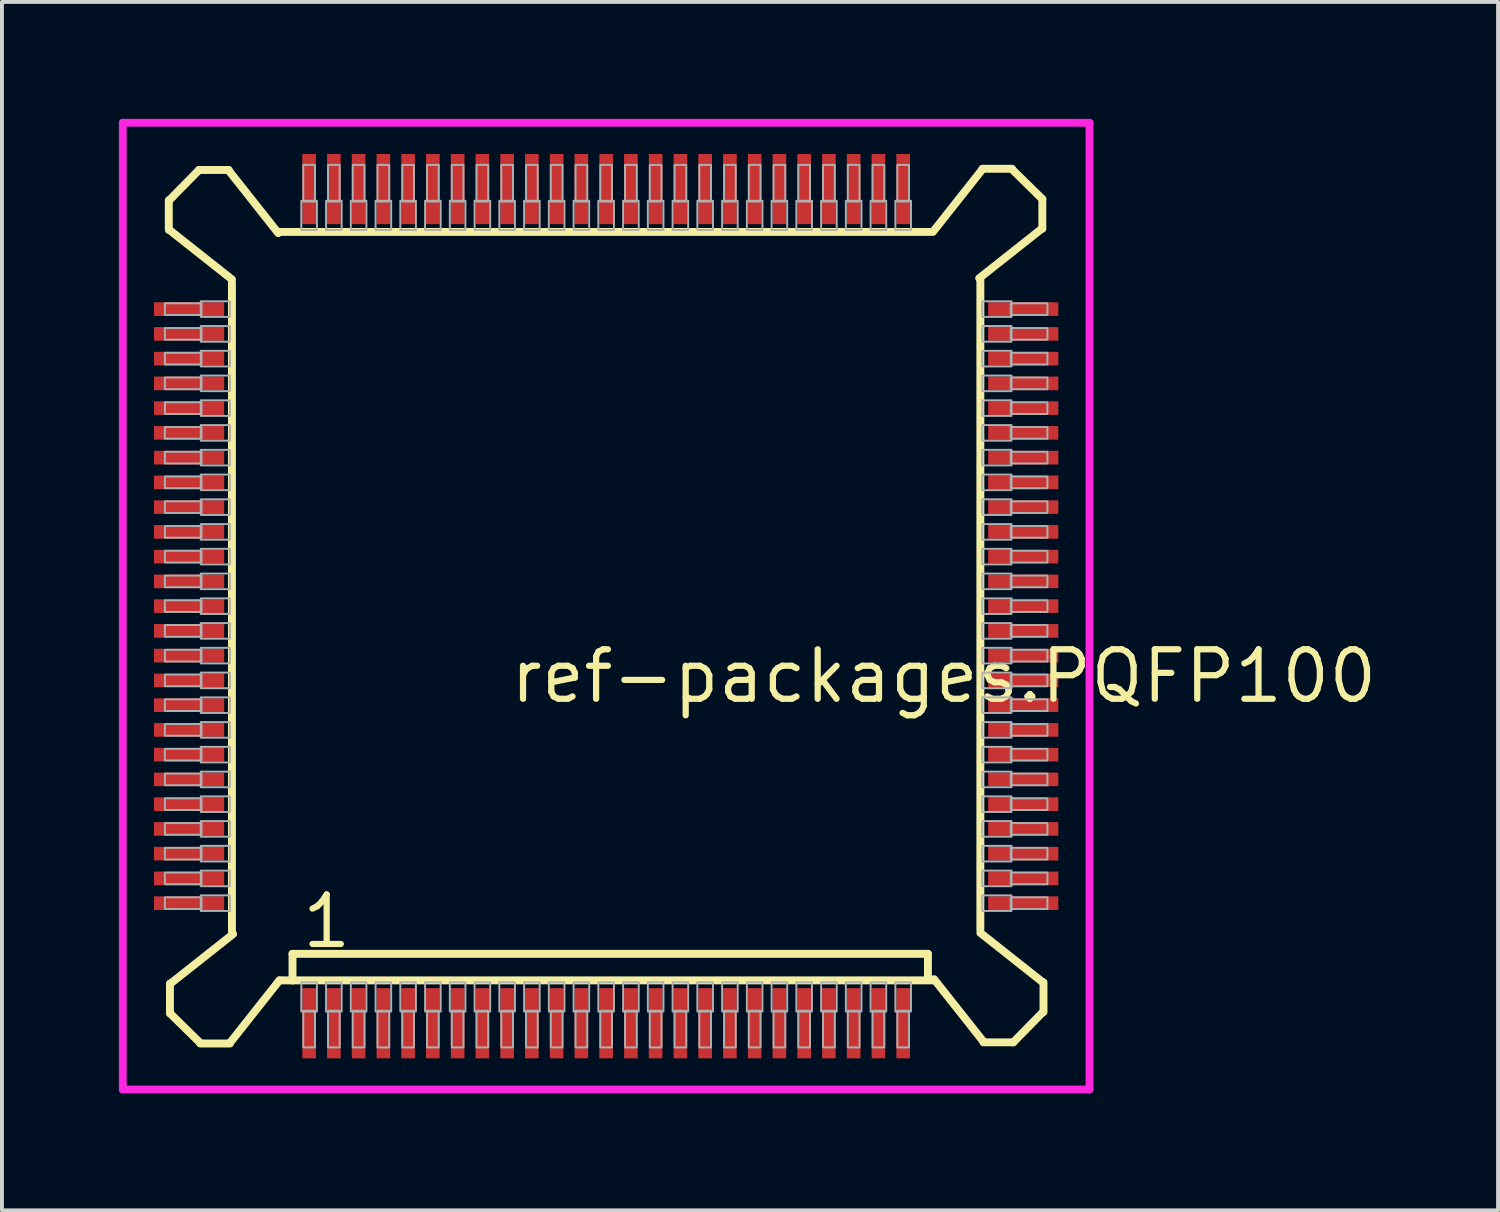
<source format=kicad_pcb>
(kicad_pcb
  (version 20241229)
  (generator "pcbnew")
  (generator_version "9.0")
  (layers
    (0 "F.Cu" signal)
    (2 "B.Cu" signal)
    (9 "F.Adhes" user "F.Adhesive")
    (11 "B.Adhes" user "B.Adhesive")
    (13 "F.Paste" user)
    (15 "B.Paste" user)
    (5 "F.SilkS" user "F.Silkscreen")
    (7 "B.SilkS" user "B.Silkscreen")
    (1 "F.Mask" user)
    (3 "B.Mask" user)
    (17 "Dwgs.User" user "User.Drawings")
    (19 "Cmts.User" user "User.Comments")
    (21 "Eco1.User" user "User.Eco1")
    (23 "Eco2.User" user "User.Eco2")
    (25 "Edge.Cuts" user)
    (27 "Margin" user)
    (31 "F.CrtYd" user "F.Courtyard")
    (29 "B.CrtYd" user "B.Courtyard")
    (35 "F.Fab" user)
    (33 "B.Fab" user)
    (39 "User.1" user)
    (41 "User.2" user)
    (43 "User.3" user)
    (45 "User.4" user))
  (footprint "ref-packages.PQFP100"
    (layer "F.Cu")
    (at 12.5 12.5)
    (property "Reference" "ref-packages.PQFP100" (at -2.54 2.54 0) (layer "F.SilkS") (effects (font (size 1.27 1.27) (thickness 0.16)) (justify left bottom)))
    (attr smd)
    (fp_line (start -11.22 -10.414) (end -11.22 -9.652) (stroke (width 0.203) (type default)) (layer "F.SilkS"))
    (fp_line (start -11.206 -9.652) (end -9.6 -8.382) (stroke (width 0.203) (type default)) (layer "F.SilkS"))
    (fp_line (start -11.19 9.682) (end -11.19 10.444) (stroke (width 0.203) (type default)) (layer "F.SilkS"))
    (fp_line (start -11.19 10.444) (end -10.414 11.206) (stroke (width 0.203) (type default)) (layer "F.SilkS"))
    (fp_line (start -10.444 -11.19) (end -11.206 -10.414) (stroke (width 0.203) (type default)) (layer "F.SilkS"))
    (fp_line (start -10.414 11.22) (end -9.652 11.22) (stroke (width 0.203) (type default)) (layer "F.SilkS"))
    (fp_line (start -9.682 -11.19) (end -10.444 -11.19) (stroke (width 0.203) (type default)) (layer "F.SilkS"))
    (fp_line (start -9.652 11.206) (end -8.382 9.6) (stroke (width 0.203) (type default)) (layer "F.SilkS"))
    (fp_line (start -9.6 -8.3) (end -9.6 8.382) (stroke (width 0.203) (type default)) (layer "F.SilkS"))
    (fp_line (start -9.57 8.412) (end -11.176 9.682) (stroke (width 0.203) (type default)) (layer "F.SilkS"))
    (fp_line (start -8.412 -9.57) (end -9.682 -11.176) (stroke (width 0.203) (type default)) (layer "F.SilkS"))
    (fp_line (start -8.382 9.6) (end -8.046 9.6) (stroke (width 0.203) (type default)) (layer "F.SilkS"))
    (fp_line (start -8.046 8.92) (end 8.255 8.92) (stroke (width 0.203) (type default)) (layer "F.SilkS"))
    (fp_line (start -8.046 9.6) (end -8.046 8.92) (stroke (width 0.203) (type default)) (layer "F.SilkS"))
    (fp_line (start -8.046 9.6) (end 8.382 9.6) (stroke (width 0.203) (type default)) (layer "F.SilkS"))
    (fp_line (start 8.255 8.92) (end 8.255 9.555) (stroke (width 0.203) (type default)) (layer "F.SilkS"))
    (fp_line (start 8.3 -9.6) (end -8.382 -9.6) (stroke (width 0.203) (type default)) (layer "F.SilkS"))
    (fp_line (start 8.412 9.57) (end 9.682 11.176) (stroke (width 0.203) (type default)) (layer "F.SilkS"))
    (fp_line (start 9.57 -8.412) (end 11.176 -9.682) (stroke (width 0.203) (type default)) (layer "F.SilkS"))
    (fp_line (start 9.6 8.3) (end 9.6 -8.382) (stroke (width 0.203) (type default)) (layer "F.SilkS"))
    (fp_line (start 9.652 -11.206) (end 8.382 -9.6) (stroke (width 0.203) (type default)) (layer "F.SilkS"))
    (fp_line (start 9.682 11.19) (end 10.444 11.19) (stroke (width 0.203) (type default)) (layer "F.SilkS"))
    (fp_line (start 10.414 -11.22) (end 9.652 -11.22) (stroke (width 0.203) (type default)) (layer "F.SilkS"))
    (fp_line (start 10.444 11.19) (end 11.206 10.414) (stroke (width 0.203) (type default)) (layer "F.SilkS"))
    (fp_line (start 11.19 -10.444) (end 10.414 -11.206) (stroke (width 0.203) (type default)) (layer "F.SilkS"))
    (fp_line (start 11.19 -9.682) (end 11.19 -10.444) (stroke (width 0.203) (type default)) (layer "F.SilkS"))
    (fp_line (start 11.206 9.652) (end 9.6 8.382) (stroke (width 0.203) (type default)) (layer "F.SilkS"))
    (fp_line (start 11.22 10.414) (end 11.22 9.652) (stroke (width 0.203) (type default)) (layer "F.SilkS"))
    (fp_line (start -12.4 -12.4) (end 12.4 -12.4) (stroke (width 0.2) (type default)) (layer "F.CrtYd"))
    (fp_line (start -12.4 12.4) (end -12.4 -12.4) (stroke (width 0.2) (type default)) (layer "F.CrtYd"))
    (fp_line (start 12.4 -12.4) (end 12.4 12.4) (stroke (width 0.2) (type default)) (layer "F.CrtYd"))
    (fp_line (start 12.4 12.4) (end -12.4 12.4) (stroke (width 0.2) (type default)) (layer "F.CrtYd"))
    (fp_rect (start -11.32 -7.47) (end -10.38 -7.77) (stroke (width 0.05) (type default)) (fill no) (layer "F.Fab"))
    (fp_rect (start -11.32 -6.835) (end -10.38 -7.135) (stroke (width 0.05) (type default)) (fill no) (layer "F.Fab"))
    (fp_rect (start -11.32 -6.2) (end -10.38 -6.5) (stroke (width 0.05) (type default)) (fill no) (layer "F.Fab"))
    (fp_rect (start -11.32 -5.565) (end -10.38 -5.865) (stroke (width 0.05) (type default)) (fill no) (layer "F.Fab"))
    (fp_rect (start -11.32 -4.93) (end -10.38 -5.23) (stroke (width 0.05) (type default)) (fill no) (layer "F.Fab"))
    (fp_rect (start -11.32 -4.295) (end -10.38 -4.595) (stroke (width 0.05) (type default)) (fill no) (layer "F.Fab"))
    (fp_rect (start -11.32 -3.66) (end -10.38 -3.96) (stroke (width 0.05) (type default)) (fill no) (layer "F.Fab"))
    (fp_rect (start -11.32 -3.025) (end -10.38 -3.325) (stroke (width 0.05) (type default)) (fill no) (layer "F.Fab"))
    (fp_rect (start -11.32 -2.39) (end -10.38 -2.69) (stroke (width 0.05) (type default)) (fill no) (layer "F.Fab"))
    (fp_rect (start -11.32 -1.755) (end -10.38 -2.055) (stroke (width 0.05) (type default)) (fill no) (layer "F.Fab"))
    (fp_rect (start -11.32 -1.12) (end -10.38 -1.42) (stroke (width 0.05) (type default)) (fill no) (layer "F.Fab"))
    (fp_rect (start -11.32 -0.485) (end -10.38 -0.785) (stroke (width 0.05) (type default)) (fill no) (layer "F.Fab"))
    (fp_rect (start -11.32 0.15) (end -10.38 -0.15) (stroke (width 0.05) (type default)) (fill no) (layer "F.Fab"))
    (fp_rect (start -11.32 0.785) (end -10.38 0.485) (stroke (width 0.05) (type default)) (fill no) (layer "F.Fab"))
    (fp_rect (start -11.32 1.42) (end -10.38 1.12) (stroke (width 0.05) (type default)) (fill no) (layer "F.Fab"))
    (fp_rect (start -11.32 2.055) (end -10.38 1.755) (stroke (width 0.05) (type default)) (fill no) (layer "F.Fab"))
    (fp_rect (start -11.32 2.69) (end -10.38 2.39) (stroke (width 0.05) (type default)) (fill no) (layer "F.Fab"))
    (fp_rect (start -11.32 3.325) (end -10.38 3.025) (stroke (width 0.05) (type default)) (fill no) (layer "F.Fab"))
    (fp_rect (start -11.32 3.96) (end -10.38 3.66) (stroke (width 0.05) (type default)) (fill no) (layer "F.Fab"))
    (fp_rect (start -11.32 4.595) (end -10.38 4.295) (stroke (width 0.05) (type default)) (fill no) (layer "F.Fab"))
    (fp_rect (start -11.32 5.23) (end -10.38 4.93) (stroke (width 0.05) (type default)) (fill no) (layer "F.Fab"))
    (fp_rect (start -11.32 5.865) (end -10.38 5.565) (stroke (width 0.05) (type default)) (fill no) (layer "F.Fab"))
    (fp_rect (start -11.32 6.5) (end -10.38 6.2) (stroke (width 0.05) (type default)) (fill no) (layer "F.Fab"))
    (fp_rect (start -11.32 7.135) (end -10.38 6.835) (stroke (width 0.05) (type default)) (fill no) (layer "F.Fab"))
    (fp_rect (start -11.32 7.77) (end -10.38 7.47) (stroke (width 0.05) (type default)) (fill no) (layer "F.Fab"))
    (fp_rect (start -10.4 -7.42) (end -9.65 -7.82) (stroke (width 0.05) (type default)) (fill no) (layer "F.Fab"))
    (fp_rect (start -10.4 -6.785) (end -9.65 -7.185) (stroke (width 0.05) (type default)) (fill no) (layer "F.Fab"))
    (fp_rect (start -10.4 -6.15) (end -9.65 -6.55) (stroke (width 0.05) (type default)) (fill no) (layer "F.Fab"))
    (fp_rect (start -10.4 -5.515) (end -9.65 -5.915) (stroke (width 0.05) (type default)) (fill no) (layer "F.Fab"))
    (fp_rect (start -10.4 -4.88) (end -9.65 -5.28) (stroke (width 0.05) (type default)) (fill no) (layer "F.Fab"))
    (fp_rect (start -10.4 -4.245) (end -9.65 -4.645) (stroke (width 0.05) (type default)) (fill no) (layer "F.Fab"))
    (fp_rect (start -10.4 -3.61) (end -9.65 -4.01) (stroke (width 0.05) (type default)) (fill no) (layer "F.Fab"))
    (fp_rect (start -10.4 -2.975) (end -9.65 -3.375) (stroke (width 0.05) (type default)) (fill no) (layer "F.Fab"))
    (fp_rect (start -10.4 -2.34) (end -9.65 -2.74) (stroke (width 0.05) (type default)) (fill no) (layer "F.Fab"))
    (fp_rect (start -10.4 -1.705) (end -9.65 -2.105) (stroke (width 0.05) (type default)) (fill no) (layer "F.Fab"))
    (fp_rect (start -10.4 -1.07) (end -9.65 -1.47) (stroke (width 0.05) (type default)) (fill no) (layer "F.Fab"))
    (fp_rect (start -10.4 -0.435) (end -9.65 -0.835) (stroke (width 0.05) (type default)) (fill no) (layer "F.Fab"))
    (fp_rect (start -10.4 0.2) (end -9.65 -0.2) (stroke (width 0.05) (type default)) (fill no) (layer "F.Fab"))
    (fp_rect (start -10.4 0.835) (end -9.65 0.435) (stroke (width 0.05) (type default)) (fill no) (layer "F.Fab"))
    (fp_rect (start -10.4 1.47) (end -9.65 1.07) (stroke (width 0.05) (type default)) (fill no) (layer "F.Fab"))
    (fp_rect (start -10.4 2.105) (end -9.65 1.705) (stroke (width 0.05) (type default)) (fill no) (layer "F.Fab"))
    (fp_rect (start -10.4 2.74) (end -9.65 2.34) (stroke (width 0.05) (type default)) (fill no) (layer "F.Fab"))
    (fp_rect (start -10.4 3.375) (end -9.65 2.975) (stroke (width 0.05) (type default)) (fill no) (layer "F.Fab"))
    (fp_rect (start -10.4 4.01) (end -9.65 3.61) (stroke (width 0.05) (type default)) (fill no) (layer "F.Fab"))
    (fp_rect (start -10.4 4.645) (end -9.65 4.245) (stroke (width 0.05) (type default)) (fill no) (layer "F.Fab"))
    (fp_rect (start -10.4 5.28) (end -9.65 4.88) (stroke (width 0.05) (type default)) (fill no) (layer "F.Fab"))
    (fp_rect (start -10.4 5.915) (end -9.65 5.515) (stroke (width 0.05) (type default)) (fill no) (layer "F.Fab"))
    (fp_rect (start -10.4 6.55) (end -9.65 6.15) (stroke (width 0.05) (type default)) (fill no) (layer "F.Fab"))
    (fp_rect (start -10.4 7.185) (end -9.65 6.785) (stroke (width 0.05) (type default)) (fill no) (layer "F.Fab"))
    (fp_rect (start -10.4 7.82) (end -9.65 7.42) (stroke (width 0.05) (type default)) (fill no) (layer "F.Fab"))
    (fp_rect (start -7.82 -9.65) (end -7.42 -10.4) (stroke (width 0.05) (type default)) (fill no) (layer "F.Fab"))
    (fp_rect (start -7.82 10.4) (end -7.42 9.65) (stroke (width 0.05) (type default)) (fill no) (layer "F.Fab"))
    (fp_rect (start -7.77 -10.38) (end -7.47 -11.32) (stroke (width 0.05) (type default)) (fill no) (layer "F.Fab"))
    (fp_rect (start -7.77 11.32) (end -7.47 10.38) (stroke (width 0.05) (type default)) (fill no) (layer "F.Fab"))
    (fp_rect (start -7.185 -9.65) (end -6.785 -10.4) (stroke (width 0.05) (type default)) (fill no) (layer "F.Fab"))
    (fp_rect (start -7.185 10.4) (end -6.785 9.65) (stroke (width 0.05) (type default)) (fill no) (layer "F.Fab"))
    (fp_rect (start -7.135 -10.38) (end -6.835 -11.32) (stroke (width 0.05) (type default)) (fill no) (layer "F.Fab"))
    (fp_rect (start -7.135 11.32) (end -6.835 10.38) (stroke (width 0.05) (type default)) (fill no) (layer "F.Fab"))
    (fp_rect (start -6.55 -9.65) (end -6.15 -10.4) (stroke (width 0.05) (type default)) (fill no) (layer "F.Fab"))
    (fp_rect (start -6.55 10.4) (end -6.15 9.65) (stroke (width 0.05) (type default)) (fill no) (layer "F.Fab"))
    (fp_rect (start -6.5 -10.38) (end -6.2 -11.32) (stroke (width 0.05) (type default)) (fill no) (layer "F.Fab"))
    (fp_rect (start -6.5 11.32) (end -6.2 10.38) (stroke (width 0.05) (type default)) (fill no) (layer "F.Fab"))
    (fp_rect (start -5.915 -9.65) (end -5.515 -10.4) (stroke (width 0.05) (type default)) (fill no) (layer "F.Fab"))
    (fp_rect (start -5.915 10.4) (end -5.515 9.65) (stroke (width 0.05) (type default)) (fill no) (layer "F.Fab"))
    (fp_rect (start -5.865 -10.38) (end -5.565 -11.32) (stroke (width 0.05) (type default)) (fill no) (layer "F.Fab"))
    (fp_rect (start -5.865 11.32) (end -5.565 10.38) (stroke (width 0.05) (type default)) (fill no) (layer "F.Fab"))
    (fp_rect (start -5.28 -9.65) (end -4.88 -10.4) (stroke (width 0.05) (type default)) (fill no) (layer "F.Fab"))
    (fp_rect (start -5.28 10.4) (end -4.88 9.65) (stroke (width 0.05) (type default)) (fill no) (layer "F.Fab"))
    (fp_rect (start -5.23 -10.38) (end -4.93 -11.32) (stroke (width 0.05) (type default)) (fill no) (layer "F.Fab"))
    (fp_rect (start -5.23 11.32) (end -4.93 10.38) (stroke (width 0.05) (type default)) (fill no) (layer "F.Fab"))
    (fp_rect (start -4.645 -9.65) (end -4.245 -10.4) (stroke (width 0.05) (type default)) (fill no) (layer "F.Fab"))
    (fp_rect (start -4.645 10.4) (end -4.245 9.65) (stroke (width 0.05) (type default)) (fill no) (layer "F.Fab"))
    (fp_rect (start -4.595 -10.38) (end -4.295 -11.32) (stroke (width 0.05) (type default)) (fill no) (layer "F.Fab"))
    (fp_rect (start -4.595 11.32) (end -4.295 10.38) (stroke (width 0.05) (type default)) (fill no) (layer "F.Fab"))
    (fp_rect (start -4.01 -9.65) (end -3.61 -10.4) (stroke (width 0.05) (type default)) (fill no) (layer "F.Fab"))
    (fp_rect (start -4.01 10.4) (end -3.61 9.65) (stroke (width 0.05) (type default)) (fill no) (layer "F.Fab"))
    (fp_rect (start -3.96 -10.38) (end -3.66 -11.32) (stroke (width 0.05) (type default)) (fill no) (layer "F.Fab"))
    (fp_rect (start -3.96 11.32) (end -3.66 10.38) (stroke (width 0.05) (type default)) (fill no) (layer "F.Fab"))
    (fp_rect (start -3.375 -9.65) (end -2.975 -10.4) (stroke (width 0.05) (type default)) (fill no) (layer "F.Fab"))
    (fp_rect (start -3.375 10.4) (end -2.975 9.65) (stroke (width 0.05) (type default)) (fill no) (layer "F.Fab"))
    (fp_rect (start -3.325 -10.38) (end -3.025 -11.32) (stroke (width 0.05) (type default)) (fill no) (layer "F.Fab"))
    (fp_rect (start -3.325 11.32) (end -3.025 10.38) (stroke (width 0.05) (type default)) (fill no) (layer "F.Fab"))
    (fp_rect (start -2.74 -9.65) (end -2.34 -10.4) (stroke (width 0.05) (type default)) (fill no) (layer "F.Fab"))
    (fp_rect (start -2.74 10.4) (end -2.34 9.65) (stroke (width 0.05) (type default)) (fill no) (layer "F.Fab"))
    (fp_rect (start -2.69 -10.38) (end -2.39 -11.32) (stroke (width 0.05) (type default)) (fill no) (layer "F.Fab"))
    (fp_rect (start -2.69 11.32) (end -2.39 10.38) (stroke (width 0.05) (type default)) (fill no) (layer "F.Fab"))
    (fp_rect (start -2.105 -9.65) (end -1.705 -10.4) (stroke (width 0.05) (type default)) (fill no) (layer "F.Fab"))
    (fp_rect (start -2.105 10.4) (end -1.705 9.65) (stroke (width 0.05) (type default)) (fill no) (layer "F.Fab"))
    (fp_rect (start -2.055 -10.38) (end -1.755 -11.32) (stroke (width 0.05) (type default)) (fill no) (layer "F.Fab"))
    (fp_rect (start -2.055 11.32) (end -1.755 10.38) (stroke (width 0.05) (type default)) (fill no) (layer "F.Fab"))
    (fp_rect (start -1.47 -9.65) (end -1.07 -10.4) (stroke (width 0.05) (type default)) (fill no) (layer "F.Fab"))
    (fp_rect (start -1.47 10.4) (end -1.07 9.65) (stroke (width 0.05) (type default)) (fill no) (layer "F.Fab"))
    (fp_rect (start -1.42 -10.38) (end -1.12 -11.32) (stroke (width 0.05) (type default)) (fill no) (layer "F.Fab"))
    (fp_rect (start -1.42 11.32) (end -1.12 10.38) (stroke (width 0.05) (type default)) (fill no) (layer "F.Fab"))
    (fp_rect (start -0.835 -9.65) (end -0.435 -10.4) (stroke (width 0.05) (type default)) (fill no) (layer "F.Fab"))
    (fp_rect (start -0.835 10.4) (end -0.435 9.65) (stroke (width 0.05) (type default)) (fill no) (layer "F.Fab"))
    (fp_rect (start -0.785 -10.38) (end -0.485 -11.32) (stroke (width 0.05) (type default)) (fill no) (layer "F.Fab"))
    (fp_rect (start -0.785 11.32) (end -0.485 10.38) (stroke (width 0.05) (type default)) (fill no) (layer "F.Fab"))
    (fp_rect (start -0.2 -9.65) (end 0.2 -10.4) (stroke (width 0.05) (type default)) (fill no) (layer "F.Fab"))
    (fp_rect (start -0.2 10.4) (end 0.2 9.65) (stroke (width 0.05) (type default)) (fill no) (layer "F.Fab"))
    (fp_rect (start -0.15 -10.38) (end 0.15 -11.32) (stroke (width 0.05) (type default)) (fill no) (layer "F.Fab"))
    (fp_rect (start -0.15 11.32) (end 0.15 10.38) (stroke (width 0.05) (type default)) (fill no) (layer "F.Fab"))
    (fp_rect (start 0.435 -9.65) (end 0.835 -10.4) (stroke (width 0.05) (type default)) (fill no) (layer "F.Fab"))
    (fp_rect (start 0.435 10.4) (end 0.835 9.65) (stroke (width 0.05) (type default)) (fill no) (layer "F.Fab"))
    (fp_rect (start 0.485 -10.38) (end 0.785 -11.32) (stroke (width 0.05) (type default)) (fill no) (layer "F.Fab"))
    (fp_rect (start 0.485 11.32) (end 0.785 10.38) (stroke (width 0.05) (type default)) (fill no) (layer "F.Fab"))
    (fp_rect (start 1.07 -9.65) (end 1.47 -10.4) (stroke (width 0.05) (type default)) (fill no) (layer "F.Fab"))
    (fp_rect (start 1.07 10.4) (end 1.47 9.65) (stroke (width 0.05) (type default)) (fill no) (layer "F.Fab"))
    (fp_rect (start 1.12 -10.38) (end 1.42 -11.32) (stroke (width 0.05) (type default)) (fill no) (layer "F.Fab"))
    (fp_rect (start 1.12 11.32) (end 1.42 10.38) (stroke (width 0.05) (type default)) (fill no) (layer "F.Fab"))
    (fp_rect (start 1.705 -9.65) (end 2.105 -10.4) (stroke (width 0.05) (type default)) (fill no) (layer "F.Fab"))
    (fp_rect (start 1.705 10.4) (end 2.105 9.65) (stroke (width 0.05) (type default)) (fill no) (layer "F.Fab"))
    (fp_rect (start 1.755 -10.38) (end 2.055 -11.32) (stroke (width 0.05) (type default)) (fill no) (layer "F.Fab"))
    (fp_rect (start 1.755 11.32) (end 2.055 10.38) (stroke (width 0.05) (type default)) (fill no) (layer "F.Fab"))
    (fp_rect (start 2.34 -9.65) (end 2.74 -10.4) (stroke (width 0.05) (type default)) (fill no) (layer "F.Fab"))
    (fp_rect (start 2.34 10.4) (end 2.74 9.65) (stroke (width 0.05) (type default)) (fill no) (layer "F.Fab"))
    (fp_rect (start 2.39 -10.38) (end 2.69 -11.32) (stroke (width 0.05) (type default)) (fill no) (layer "F.Fab"))
    (fp_rect (start 2.39 11.32) (end 2.69 10.38) (stroke (width 0.05) (type default)) (fill no) (layer "F.Fab"))
    (fp_rect (start 2.975 -9.65) (end 3.375 -10.4) (stroke (width 0.05) (type default)) (fill no) (layer "F.Fab"))
    (fp_rect (start 2.975 10.4) (end 3.375 9.65) (stroke (width 0.05) (type default)) (fill no) (layer "F.Fab"))
    (fp_rect (start 3.025 -10.38) (end 3.325 -11.32) (stroke (width 0.05) (type default)) (fill no) (layer "F.Fab"))
    (fp_rect (start 3.025 11.32) (end 3.325 10.38) (stroke (width 0.05) (type default)) (fill no) (layer "F.Fab"))
    (fp_rect (start 3.61 -9.65) (end 4.01 -10.4) (stroke (width 0.05) (type default)) (fill no) (layer "F.Fab"))
    (fp_rect (start 3.61 10.4) (end 4.01 9.65) (stroke (width 0.05) (type default)) (fill no) (layer "F.Fab"))
    (fp_rect (start 3.66 -10.38) (end 3.96 -11.32) (stroke (width 0.05) (type default)) (fill no) (layer "F.Fab"))
    (fp_rect (start 3.66 11.32) (end 3.96 10.38) (stroke (width 0.05) (type default)) (fill no) (layer "F.Fab"))
    (fp_rect (start 4.245 -9.65) (end 4.645 -10.4) (stroke (width 0.05) (type default)) (fill no) (layer "F.Fab"))
    (fp_rect (start 4.245 10.4) (end 4.645 9.65) (stroke (width 0.05) (type default)) (fill no) (layer "F.Fab"))
    (fp_rect (start 4.295 -10.38) (end 4.595 -11.32) (stroke (width 0.05) (type default)) (fill no) (layer "F.Fab"))
    (fp_rect (start 4.295 11.32) (end 4.595 10.38) (stroke (width 0.05) (type default)) (fill no) (layer "F.Fab"))
    (fp_rect (start 4.88 -9.65) (end 5.28 -10.4) (stroke (width 0.05) (type default)) (fill no) (layer "F.Fab"))
    (fp_rect (start 4.88 10.4) (end 5.28 9.65) (stroke (width 0.05) (type default)) (fill no) (layer "F.Fab"))
    (fp_rect (start 4.93 -10.38) (end 5.23 -11.32) (stroke (width 0.05) (type default)) (fill no) (layer "F.Fab"))
    (fp_rect (start 4.93 11.32) (end 5.23 10.38) (stroke (width 0.05) (type default)) (fill no) (layer "F.Fab"))
    (fp_rect (start 5.515 -9.65) (end 5.915 -10.4) (stroke (width 0.05) (type default)) (fill no) (layer "F.Fab"))
    (fp_rect (start 5.515 10.4) (end 5.915 9.65) (stroke (width 0.05) (type default)) (fill no) (layer "F.Fab"))
    (fp_rect (start 5.565 -10.38) (end 5.865 -11.32) (stroke (width 0.05) (type default)) (fill no) (layer "F.Fab"))
    (fp_rect (start 5.565 11.32) (end 5.865 10.38) (stroke (width 0.05) (type default)) (fill no) (layer "F.Fab"))
    (fp_rect (start 6.15 -9.65) (end 6.55 -10.4) (stroke (width 0.05) (type default)) (fill no) (layer "F.Fab"))
    (fp_rect (start 6.15 10.4) (end 6.55 9.65) (stroke (width 0.05) (type default)) (fill no) (layer "F.Fab"))
    (fp_rect (start 6.2 -10.38) (end 6.5 -11.32) (stroke (width 0.05) (type default)) (fill no) (layer "F.Fab"))
    (fp_rect (start 6.2 11.32) (end 6.5 10.38) (stroke (width 0.05) (type default)) (fill no) (layer "F.Fab"))
    (fp_rect (start 6.785 -9.65) (end 7.185 -10.4) (stroke (width 0.05) (type default)) (fill no) (layer "F.Fab"))
    (fp_rect (start 6.785 10.4) (end 7.185 9.65) (stroke (width 0.05) (type default)) (fill no) (layer "F.Fab"))
    (fp_rect (start 6.835 -10.38) (end 7.135 -11.32) (stroke (width 0.05) (type default)) (fill no) (layer "F.Fab"))
    (fp_rect (start 6.835 11.32) (end 7.135 10.38) (stroke (width 0.05) (type default)) (fill no) (layer "F.Fab"))
    (fp_rect (start 7.42 -9.65) (end 7.82 -10.4) (stroke (width 0.05) (type default)) (fill no) (layer "F.Fab"))
    (fp_rect (start 7.42 10.4) (end 7.82 9.65) (stroke (width 0.05) (type default)) (fill no) (layer "F.Fab"))
    (fp_rect (start 7.47 -10.38) (end 7.77 -11.32) (stroke (width 0.05) (type default)) (fill no) (layer "F.Fab"))
    (fp_rect (start 7.47 11.32) (end 7.77 10.38) (stroke (width 0.05) (type default)) (fill no) (layer "F.Fab"))
    (fp_rect (start 9.65 -7.42) (end 10.4 -7.82) (stroke (width 0.05) (type default)) (fill no) (layer "F.Fab"))
    (fp_rect (start 9.65 -6.785) (end 10.4 -7.185) (stroke (width 0.05) (type default)) (fill no) (layer "F.Fab"))
    (fp_rect (start 9.65 -6.15) (end 10.4 -6.55) (stroke (width 0.05) (type default)) (fill no) (layer "F.Fab"))
    (fp_rect (start 9.65 -5.515) (end 10.4 -5.915) (stroke (width 0.05) (type default)) (fill no) (layer "F.Fab"))
    (fp_rect (start 9.65 -4.88) (end 10.4 -5.28) (stroke (width 0.05) (type default)) (fill no) (layer "F.Fab"))
    (fp_rect (start 9.65 -4.245) (end 10.4 -4.645) (stroke (width 0.05) (type default)) (fill no) (layer "F.Fab"))
    (fp_rect (start 9.65 -3.61) (end 10.4 -4.01) (stroke (width 0.05) (type default)) (fill no) (layer "F.Fab"))
    (fp_rect (start 9.65 -2.975) (end 10.4 -3.375) (stroke (width 0.05) (type default)) (fill no) (layer "F.Fab"))
    (fp_rect (start 9.65 -2.34) (end 10.4 -2.74) (stroke (width 0.05) (type default)) (fill no) (layer "F.Fab"))
    (fp_rect (start 9.65 -1.705) (end 10.4 -2.105) (stroke (width 0.05) (type default)) (fill no) (layer "F.Fab"))
    (fp_rect (start 9.65 -1.07) (end 10.4 -1.47) (stroke (width 0.05) (type default)) (fill no) (layer "F.Fab"))
    (fp_rect (start 9.65 -0.435) (end 10.4 -0.835) (stroke (width 0.05) (type default)) (fill no) (layer "F.Fab"))
    (fp_rect (start 9.65 0.2) (end 10.4 -0.2) (stroke (width 0.05) (type default)) (fill no) (layer "F.Fab"))
    (fp_rect (start 9.65 0.835) (end 10.4 0.435) (stroke (width 0.05) (type default)) (fill no) (layer "F.Fab"))
    (fp_rect (start 9.65 1.47) (end 10.4 1.07) (stroke (width 0.05) (type default)) (fill no) (layer "F.Fab"))
    (fp_rect (start 9.65 2.105) (end 10.4 1.705) (stroke (width 0.05) (type default)) (fill no) (layer "F.Fab"))
    (fp_rect (start 9.65 2.74) (end 10.4 2.34) (stroke (width 0.05) (type default)) (fill no) (layer "F.Fab"))
    (fp_rect (start 9.65 3.375) (end 10.4 2.975) (stroke (width 0.05) (type default)) (fill no) (layer "F.Fab"))
    (fp_rect (start 9.65 4.01) (end 10.4 3.61) (stroke (width 0.05) (type default)) (fill no) (layer "F.Fab"))
    (fp_rect (start 9.65 4.645) (end 10.4 4.245) (stroke (width 0.05) (type default)) (fill no) (layer "F.Fab"))
    (fp_rect (start 9.65 5.28) (end 10.4 4.88) (stroke (width 0.05) (type default)) (fill no) (layer "F.Fab"))
    (fp_rect (start 9.65 5.915) (end 10.4 5.515) (stroke (width 0.05) (type default)) (fill no) (layer "F.Fab"))
    (fp_rect (start 9.65 6.55) (end 10.4 6.15) (stroke (width 0.05) (type default)) (fill no) (layer "F.Fab"))
    (fp_rect (start 9.65 7.185) (end 10.4 6.785) (stroke (width 0.05) (type default)) (fill no) (layer "F.Fab"))
    (fp_rect (start 9.65 7.82) (end 10.4 7.42) (stroke (width 0.05) (type default)) (fill no) (layer "F.Fab"))
    (fp_rect (start 10.38 -7.47) (end 11.32 -7.77) (stroke (width 0.05) (type default)) (fill no) (layer "F.Fab"))
    (fp_rect (start 10.38 -6.835) (end 11.32 -7.135) (stroke (width 0.05) (type default)) (fill no) (layer "F.Fab"))
    (fp_rect (start 10.38 -6.2) (end 11.32 -6.5) (stroke (width 0.05) (type default)) (fill no) (layer "F.Fab"))
    (fp_rect (start 10.38 -5.565) (end 11.32 -5.865) (stroke (width 0.05) (type default)) (fill no) (layer "F.Fab"))
    (fp_rect (start 10.38 -4.93) (end 11.32 -5.23) (stroke (width 0.05) (type default)) (fill no) (layer "F.Fab"))
    (fp_rect (start 10.38 -4.295) (end 11.32 -4.595) (stroke (width 0.05) (type default)) (fill no) (layer "F.Fab"))
    (fp_rect (start 10.38 -3.66) (end 11.32 -3.96) (stroke (width 0.05) (type default)) (fill no) (layer "F.Fab"))
    (fp_rect (start 10.38 -3.025) (end 11.32 -3.325) (stroke (width 0.05) (type default)) (fill no) (layer "F.Fab"))
    (fp_rect (start 10.38 -2.39) (end 11.32 -2.69) (stroke (width 0.05) (type default)) (fill no) (layer "F.Fab"))
    (fp_rect (start 10.38 -1.755) (end 11.32 -2.055) (stroke (width 0.05) (type default)) (fill no) (layer "F.Fab"))
    (fp_rect (start 10.38 -1.12) (end 11.32 -1.42) (stroke (width 0.05) (type default)) (fill no) (layer "F.Fab"))
    (fp_rect (start 10.38 -0.485) (end 11.32 -0.785) (stroke (width 0.05) (type default)) (fill no) (layer "F.Fab"))
    (fp_rect (start 10.38 0.15) (end 11.32 -0.15) (stroke (width 0.05) (type default)) (fill no) (layer "F.Fab"))
    (fp_rect (start 10.38 0.785) (end 11.32 0.485) (stroke (width 0.05) (type default)) (fill no) (layer "F.Fab"))
    (fp_rect (start 10.38 1.42) (end 11.32 1.12) (stroke (width 0.05) (type default)) (fill no) (layer "F.Fab"))
    (fp_rect (start 10.38 2.055) (end 11.32 1.755) (stroke (width 0.05) (type default)) (fill no) (layer "F.Fab"))
    (fp_rect (start 10.38 2.69) (end 11.32 2.39) (stroke (width 0.05) (type default)) (fill no) (layer "F.Fab"))
    (fp_rect (start 10.38 3.325) (end 11.32 3.025) (stroke (width 0.05) (type default)) (fill no) (layer "F.Fab"))
    (fp_rect (start 10.38 3.96) (end 11.32 3.66) (stroke (width 0.05) (type default)) (fill no) (layer "F.Fab"))
    (fp_rect (start 10.38 4.595) (end 11.32 4.295) (stroke (width 0.05) (type default)) (fill no) (layer "F.Fab"))
    (fp_rect (start 10.38 5.23) (end 11.32 4.93) (stroke (width 0.05) (type default)) (fill no) (layer "F.Fab"))
    (fp_rect (start 10.38 5.865) (end 11.32 5.565) (stroke (width 0.05) (type default)) (fill no) (layer "F.Fab"))
    (fp_rect (start 10.38 6.5) (end 11.32 6.2) (stroke (width 0.05) (type default)) (fill no) (layer "F.Fab"))
    (fp_rect (start 10.38 7.135) (end 11.32 6.835) (stroke (width 0.05) (type default)) (fill no) (layer "F.Fab"))
    (fp_rect (start 10.38 7.77) (end 11.32 7.47) (stroke (width 0.05) (type default)) (fill no) (layer "F.Fab"))
    (fp_text user "1" (at -7.88 8.83 0) (layer "F.SilkS") (effects (font (size 1.27 1.27) (thickness 0.16)) (justify left bottom)))
    (pad "1" smd roundrect (at -7.62 10.7) (size 0.35 1.8) (layers "F.Cu" "F.Mask" "F.Paste") (roundrect_rratio 0.01))
    (pad "2" smd roundrect (at -6.985 10.7) (size 0.35 1.8) (layers "F.Cu" "F.Mask" "F.Paste") (roundrect_rratio 0.01))
    (pad "3" smd roundrect (at -6.35 10.7) (size 0.35 1.8) (layers "F.Cu" "F.Mask" "F.Paste") (roundrect_rratio 0.01))
    (pad "4" smd roundrect (at -5.715 10.7) (size 0.35 1.8) (layers "F.Cu" "F.Mask" "F.Paste") (roundrect_rratio 0.01))
    (pad "5" smd roundrect (at -5.08 10.7) (size 0.35 1.8) (layers "F.Cu" "F.Mask" "F.Paste") (roundrect_rratio 0.01))
    (pad "6" smd roundrect (at -4.445 10.7) (size 0.35 1.8) (layers "F.Cu" "F.Mask" "F.Paste") (roundrect_rratio 0.01))
    (pad "7" smd roundrect (at -3.81 10.7) (size 0.35 1.8) (layers "F.Cu" "F.Mask" "F.Paste") (roundrect_rratio 0.01))
    (pad "8" smd roundrect (at -3.175 10.7) (size 0.35 1.8) (layers "F.Cu" "F.Mask" "F.Paste") (roundrect_rratio 0.01))
    (pad "9" smd roundrect (at -2.54 10.7) (size 0.35 1.8) (layers "F.Cu" "F.Mask" "F.Paste") (roundrect_rratio 0.01))
    (pad "10" smd roundrect (at -1.905 10.7) (size 0.35 1.8) (layers "F.Cu" "F.Mask" "F.Paste") (roundrect_rratio 0.01))
    (pad "11" smd roundrect (at -1.27 10.7) (size 0.35 1.8) (layers "F.Cu" "F.Mask" "F.Paste") (roundrect_rratio 0.01))
    (pad "12" smd roundrect (at -0.635 10.7) (size 0.35 1.8) (layers "F.Cu" "F.Mask" "F.Paste") (roundrect_rratio 0.01))
    (pad "13" smd roundrect (at 0 10.7) (size 0.35 1.8) (layers "F.Cu" "F.Mask" "F.Paste") (roundrect_rratio 0.01))
    (pad "14" smd roundrect (at 0.635 10.7) (size 0.35 1.8) (layers "F.Cu" "F.Mask" "F.Paste") (roundrect_rratio 0.01))
    (pad "15" smd roundrect (at 1.27 10.7) (size 0.35 1.8) (layers "F.Cu" "F.Mask" "F.Paste") (roundrect_rratio 0.01))
    (pad "16" smd roundrect (at 1.905 10.7) (size 0.35 1.8) (layers "F.Cu" "F.Mask" "F.Paste") (roundrect_rratio 0.01))
    (pad "17" smd roundrect (at 2.54 10.7) (size 0.35 1.8) (layers "F.Cu" "F.Mask" "F.Paste") (roundrect_rratio 0.01))
    (pad "18" smd roundrect (at 3.175 10.7) (size 0.35 1.8) (layers "F.Cu" "F.Mask" "F.Paste") (roundrect_rratio 0.01))
    (pad "19" smd roundrect (at 3.81 10.7) (size 0.35 1.8) (layers "F.Cu" "F.Mask" "F.Paste") (roundrect_rratio 0.01))
    (pad "20" smd roundrect (at 4.445 10.7) (size 0.35 1.8) (layers "F.Cu" "F.Mask" "F.Paste") (roundrect_rratio 0.01))
    (pad "21" smd roundrect (at 5.08 10.7) (size 0.35 1.8) (layers "F.Cu" "F.Mask" "F.Paste") (roundrect_rratio 0.01))
    (pad "22" smd roundrect (at 5.715 10.7) (size 0.35 1.8) (layers "F.Cu" "F.Mask" "F.Paste") (roundrect_rratio 0.01))
    (pad "23" smd roundrect (at 6.35 10.7) (size 0.35 1.8) (layers "F.Cu" "F.Mask" "F.Paste") (roundrect_rratio 0.01))
    (pad "24" smd roundrect (at 6.985 10.7) (size 0.35 1.8) (layers "F.Cu" "F.Mask" "F.Paste") (roundrect_rratio 0.01))
    (pad "25" smd roundrect (at 7.62 10.7) (size 0.35 1.8) (layers "F.Cu" "F.Mask" "F.Paste") (roundrect_rratio 0.01))
    (pad "26" smd roundrect (at 10.7 7.62) (size 1.8 0.35) (layers "F.Cu" "F.Mask" "F.Paste") (roundrect_rratio 0.01))
    (pad "27" smd roundrect (at 10.7 6.985) (size 1.8 0.35) (layers "F.Cu" "F.Mask" "F.Paste") (roundrect_rratio 0.01))
    (pad "28" smd roundrect (at 10.7 6.35) (size 1.8 0.35) (layers "F.Cu" "F.Mask" "F.Paste") (roundrect_rratio 0.01))
    (pad "29" smd roundrect (at 10.7 5.715) (size 1.8 0.35) (layers "F.Cu" "F.Mask" "F.Paste") (roundrect_rratio 0.01))
    (pad "30" smd roundrect (at 10.7 5.08) (size 1.8 0.35) (layers "F.Cu" "F.Mask" "F.Paste") (roundrect_rratio 0.01))
    (pad "31" smd roundrect (at 10.7 4.445) (size 1.8 0.35) (layers "F.Cu" "F.Mask" "F.Paste") (roundrect_rratio 0.01))
    (pad "32" smd roundrect (at 10.7 3.81) (size 1.8 0.35) (layers "F.Cu" "F.Mask" "F.Paste") (roundrect_rratio 0.01))
    (pad "33" smd roundrect (at 10.7 3.175) (size 1.8 0.35) (layers "F.Cu" "F.Mask" "F.Paste") (roundrect_rratio 0.01))
    (pad "34" smd roundrect (at 10.7 2.54) (size 1.8 0.35) (layers "F.Cu" "F.Mask" "F.Paste") (roundrect_rratio 0.01))
    (pad "35" smd roundrect (at 10.7 1.905) (size 1.8 0.35) (layers "F.Cu" "F.Mask" "F.Paste") (roundrect_rratio 0.01))
    (pad "36" smd roundrect (at 10.7 1.27) (size 1.8 0.35) (layers "F.Cu" "F.Mask" "F.Paste") (roundrect_rratio 0.01))
    (pad "37" smd roundrect (at 10.7 0.635) (size 1.8 0.35) (layers "F.Cu" "F.Mask" "F.Paste") (roundrect_rratio 0.01))
    (pad "38" smd roundrect (at 10.7 0) (size 1.8 0.35) (layers "F.Cu" "F.Mask" "F.Paste") (roundrect_rratio 0.01))
    (pad "39" smd roundrect (at 10.7 -0.635) (size 1.8 0.35) (layers "F.Cu" "F.Mask" "F.Paste") (roundrect_rratio 0.01))
    (pad "40" smd roundrect (at 10.7 -1.27) (size 1.8 0.35) (layers "F.Cu" "F.Mask" "F.Paste") (roundrect_rratio 0.01))
    (pad "41" smd roundrect (at 10.7 -1.905) (size 1.8 0.35) (layers "F.Cu" "F.Mask" "F.Paste") (roundrect_rratio 0.01))
    (pad "42" smd roundrect (at 10.7 -2.54) (size 1.8 0.35) (layers "F.Cu" "F.Mask" "F.Paste") (roundrect_rratio 0.01))
    (pad "43" smd roundrect (at 10.7 -3.175) (size 1.8 0.35) (layers "F.Cu" "F.Mask" "F.Paste") (roundrect_rratio 0.01))
    (pad "44" smd roundrect (at 10.7 -3.81) (size 1.8 0.35) (layers "F.Cu" "F.Mask" "F.Paste") (roundrect_rratio 0.01))
    (pad "45" smd roundrect (at 10.7 -4.445) (size 1.8 0.35) (layers "F.Cu" "F.Mask" "F.Paste") (roundrect_rratio 0.01))
    (pad "46" smd roundrect (at 10.7 -5.08) (size 1.8 0.35) (layers "F.Cu" "F.Mask" "F.Paste") (roundrect_rratio 0.01))
    (pad "47" smd roundrect (at 10.7 -5.715) (size 1.8 0.35) (layers "F.Cu" "F.Mask" "F.Paste") (roundrect_rratio 0.01))
    (pad "48" smd roundrect (at 10.7 -6.35) (size 1.8 0.35) (layers "F.Cu" "F.Mask" "F.Paste") (roundrect_rratio 0.01))
    (pad "49" smd roundrect (at 10.7 -6.985) (size 1.8 0.35) (layers "F.Cu" "F.Mask" "F.Paste") (roundrect_rratio 0.01))
    (pad "50" smd roundrect (at 10.7 -7.62) (size 1.8 0.35) (layers "F.Cu" "F.Mask" "F.Paste") (roundrect_rratio 0.01))
    (pad "51" smd roundrect (at 7.62 -10.7) (size 0.35 1.8) (layers "F.Cu" "F.Mask" "F.Paste") (roundrect_rratio 0.01))
    (pad "52" smd roundrect (at 6.985 -10.7) (size 0.35 1.8) (layers "F.Cu" "F.Mask" "F.Paste") (roundrect_rratio 0.01))
    (pad "53" smd roundrect (at 6.35 -10.7) (size 0.35 1.8) (layers "F.Cu" "F.Mask" "F.Paste") (roundrect_rratio 0.01))
    (pad "54" smd roundrect (at 5.715 -10.7) (size 0.35 1.8) (layers "F.Cu" "F.Mask" "F.Paste") (roundrect_rratio 0.01))
    (pad "55" smd roundrect (at 5.08 -10.7) (size 0.35 1.8) (layers "F.Cu" "F.Mask" "F.Paste") (roundrect_rratio 0.01))
    (pad "56" smd roundrect (at 4.445 -10.7) (size 0.35 1.8) (layers "F.Cu" "F.Mask" "F.Paste") (roundrect_rratio 0.01))
    (pad "57" smd roundrect (at 3.81 -10.7) (size 0.35 1.8) (layers "F.Cu" "F.Mask" "F.Paste") (roundrect_rratio 0.01))
    (pad "58" smd roundrect (at 3.175 -10.7) (size 0.35 1.8) (layers "F.Cu" "F.Mask" "F.Paste") (roundrect_rratio 0.01))
    (pad "59" smd roundrect (at 2.54 -10.7) (size 0.35 1.8) (layers "F.Cu" "F.Mask" "F.Paste") (roundrect_rratio 0.01))
    (pad "60" smd roundrect (at 1.905 -10.7) (size 0.35 1.8) (layers "F.Cu" "F.Mask" "F.Paste") (roundrect_rratio 0.01))
    (pad "61" smd roundrect (at 1.27 -10.7) (size 0.35 1.8) (layers "F.Cu" "F.Mask" "F.Paste") (roundrect_rratio 0.01))
    (pad "62" smd roundrect (at 0.635 -10.7) (size 0.35 1.8) (layers "F.Cu" "F.Mask" "F.Paste") (roundrect_rratio 0.01))
    (pad "63" smd roundrect (at 0 -10.7) (size 0.35 1.8) (layers "F.Cu" "F.Mask" "F.Paste") (roundrect_rratio 0.01))
    (pad "64" smd roundrect (at -0.635 -10.7) (size 0.35 1.8) (layers "F.Cu" "F.Mask" "F.Paste") (roundrect_rratio 0.01))
    (pad "65" smd roundrect (at -1.27 -10.7) (size 0.35 1.8) (layers "F.Cu" "F.Mask" "F.Paste") (roundrect_rratio 0.01))
    (pad "66" smd roundrect (at -1.905 -10.7) (size 0.35 1.8) (layers "F.Cu" "F.Mask" "F.Paste") (roundrect_rratio 0.01))
    (pad "67" smd roundrect (at -2.54 -10.7) (size 0.35 1.8) (layers "F.Cu" "F.Mask" "F.Paste") (roundrect_rratio 0.01))
    (pad "68" smd roundrect (at -3.175 -10.7) (size 0.35 1.8) (layers "F.Cu" "F.Mask" "F.Paste") (roundrect_rratio 0.01))
    (pad "69" smd roundrect (at -3.81 -10.7) (size 0.35 1.8) (layers "F.Cu" "F.Mask" "F.Paste") (roundrect_rratio 0.01))
    (pad "70" smd roundrect (at -4.445 -10.7) (size 0.35 1.8) (layers "F.Cu" "F.Mask" "F.Paste") (roundrect_rratio 0.01))
    (pad "71" smd roundrect (at -5.08 -10.7) (size 0.35 1.8) (layers "F.Cu" "F.Mask" "F.Paste") (roundrect_rratio 0.01))
    (pad "72" smd roundrect (at -5.715 -10.7) (size 0.35 1.8) (layers "F.Cu" "F.Mask" "F.Paste") (roundrect_rratio 0.01))
    (pad "73" smd roundrect (at -6.35 -10.7) (size 0.35 1.8) (layers "F.Cu" "F.Mask" "F.Paste") (roundrect_rratio 0.01))
    (pad "74" smd roundrect (at -6.985 -10.7) (size 0.35 1.8) (layers "F.Cu" "F.Mask" "F.Paste") (roundrect_rratio 0.01))
    (pad "75" smd roundrect (at -7.62 -10.7) (size 0.35 1.8) (layers "F.Cu" "F.Mask" "F.Paste") (roundrect_rratio 0.01))
    (pad "76" smd roundrect (at -10.7 -7.62) (size 1.8 0.35) (layers "F.Cu" "F.Mask" "F.Paste") (roundrect_rratio 0.01))
    (pad "77" smd roundrect (at -10.7 -6.985) (size 1.8 0.35) (layers "F.Cu" "F.Mask" "F.Paste") (roundrect_rratio 0.01))
    (pad "78" smd roundrect (at -10.7 -6.35) (size 1.8 0.35) (layers "F.Cu" "F.Mask" "F.Paste") (roundrect_rratio 0.01))
    (pad "79" smd roundrect (at -10.7 -5.715) (size 1.8 0.35) (layers "F.Cu" "F.Mask" "F.Paste") (roundrect_rratio 0.01))
    (pad "80" smd roundrect (at -10.7 -5.08) (size 1.8 0.35) (layers "F.Cu" "F.Mask" "F.Paste") (roundrect_rratio 0.01))
    (pad "81" smd roundrect (at -10.7 -4.445) (size 1.8 0.35) (layers "F.Cu" "F.Mask" "F.Paste") (roundrect_rratio 0.01))
    (pad "82" smd roundrect (at -10.7 -3.81) (size 1.8 0.35) (layers "F.Cu" "F.Mask" "F.Paste") (roundrect_rratio 0.01))
    (pad "83" smd roundrect (at -10.7 -3.175) (size 1.8 0.35) (layers "F.Cu" "F.Mask" "F.Paste") (roundrect_rratio 0.01))
    (pad "84" smd roundrect (at -10.7 -2.54) (size 1.8 0.35) (layers "F.Cu" "F.Mask" "F.Paste") (roundrect_rratio 0.01))
    (pad "85" smd roundrect (at -10.7 -1.905) (size 1.8 0.35) (layers "F.Cu" "F.Mask" "F.Paste") (roundrect_rratio 0.01))
    (pad "86" smd roundrect (at -10.7 -1.27) (size 1.8 0.35) (layers "F.Cu" "F.Mask" "F.Paste") (roundrect_rratio 0.01))
    (pad "87" smd roundrect (at -10.7 -0.635) (size 1.8 0.35) (layers "F.Cu" "F.Mask" "F.Paste") (roundrect_rratio 0.01))
    (pad "88" smd roundrect (at -10.7 0) (size 1.8 0.35) (layers "F.Cu" "F.Mask" "F.Paste") (roundrect_rratio 0.01))
    (pad "89" smd roundrect (at -10.7 0.635) (size 1.8 0.35) (layers "F.Cu" "F.Mask" "F.Paste") (roundrect_rratio 0.01))
    (pad "90" smd roundrect (at -10.7 1.27) (size 1.8 0.35) (layers "F.Cu" "F.Mask" "F.Paste") (roundrect_rratio 0.01))
    (pad "91" smd roundrect (at -10.7 1.905) (size 1.8 0.35) (layers "F.Cu" "F.Mask" "F.Paste") (roundrect_rratio 0.01))
    (pad "92" smd roundrect (at -10.7 2.54) (size 1.8 0.35) (layers "F.Cu" "F.Mask" "F.Paste") (roundrect_rratio 0.01))
    (pad "93" smd roundrect (at -10.7 3.175) (size 1.8 0.35) (layers "F.Cu" "F.Mask" "F.Paste") (roundrect_rratio 0.01))
    (pad "94" smd roundrect (at -10.7 3.81) (size 1.8 0.35) (layers "F.Cu" "F.Mask" "F.Paste") (roundrect_rratio 0.01))
    (pad "95" smd roundrect (at -10.7 4.445) (size 1.8 0.35) (layers "F.Cu" "F.Mask" "F.Paste") (roundrect_rratio 0.01))
    (pad "96" smd roundrect (at -10.7 5.08) (size 1.8 0.35) (layers "F.Cu" "F.Mask" "F.Paste") (roundrect_rratio 0.01))
    (pad "97" smd roundrect (at -10.7 5.715) (size 1.8 0.35) (layers "F.Cu" "F.Mask" "F.Paste") (roundrect_rratio 0.01))
    (pad "98" smd roundrect (at -10.7 6.35) (size 1.8 0.35) (layers "F.Cu" "F.Mask" "F.Paste") (roundrect_rratio 0.01))
    (pad "99" smd roundrect (at -10.7 6.985) (size 1.8 0.35) (layers "F.Cu" "F.Mask" "F.Paste") (roundrect_rratio 0.01))
    (pad "100" smd roundrect (at -10.7 7.62) (size 1.8 0.35) (layers "F.Cu" "F.Mask" "F.Paste") (roundrect_rratio 0.01)))
  (gr_rect
    (start -3 -3)
    (end 35.381 28)
    (stroke (width 0.1) (type default))
    (fill no)
    (layer "Edge.Cuts")))
</source>
